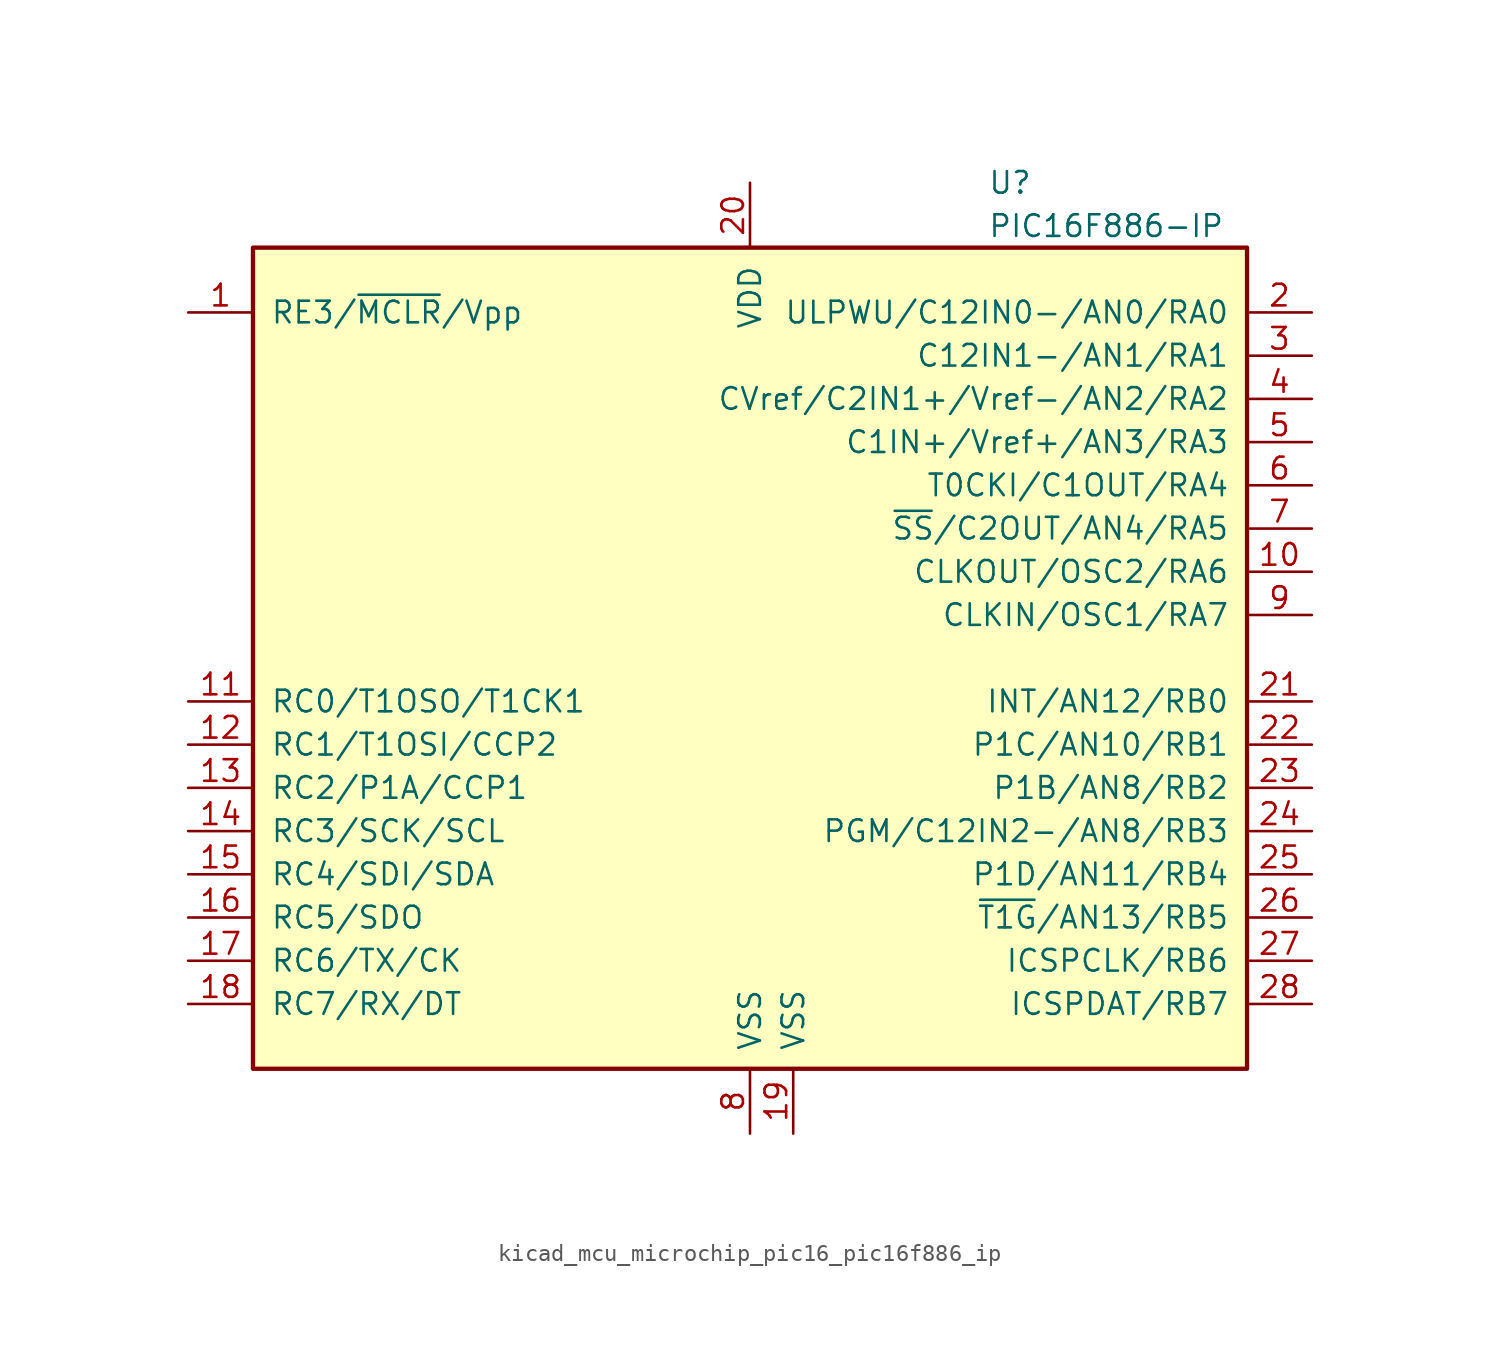
<source format=kicad_sym>
(kicad_symbol_lib
  (version 20220914)
  (generator kicad_symbol_editor)
  (symbol "kicad_mcu_microchip_pic16_pic16f886_ip"
    (pin_names
      (offset 1.016))
    (property "Reference" "U"
      (at 13.97 27.94 0)
      (effects (font (size 1.27 1.27)) (justify left)))
    (property "Value" "PIC16F886-IP"
      (at 13.97 25.4 0)
      (effects (font (size 1.27 1.27)) (justify left)))
    (symbol "kicad_mcu_microchip_pic16_pic16f886_ip_0_1"
      (rectangle (start -29.21 24.13) (end 29.21 -24.13) (stroke (width 0.254) (type default)) (fill (type background))))
    (symbol "kicad_mcu_microchip_pic16_pic16f886_ip_1_1"
      (pin bidirectional line (at -33.02 20.32 0) (length 3.81) (name "RE3/~{MCLR}/Vpp" (effects (font (size 1.27 1.27)))) (number "1" (effects (font (size 1.27 1.27)))))
      (pin bidirectional line (at 33.02 5.08 180) (length 3.81) (name "CLKOUT/OSC2/RA6" (effects (font (size 1.27 1.27)))) (number "10" (effects (font (size 1.27 1.27)))))
      (pin bidirectional line (at -33.02 -2.54 0) (length 3.81) (name "RC0/T1OSO/T1CK1" (effects (font (size 1.27 1.27)))) (number "11" (effects (font (size 1.27 1.27)))))
      (pin bidirectional line (at -33.02 -5.08 0) (length 3.81) (name "RC1/T1OSI/CCP2" (effects (font (size 1.27 1.27)))) (number "12" (effects (font (size 1.27 1.27)))))
      (pin bidirectional line (at -33.02 -7.62 0) (length 3.81) (name "RC2/P1A/CCP1" (effects (font (size 1.27 1.27)))) (number "13" (effects (font (size 1.27 1.27)))))
      (pin bidirectional line (at -33.02 -10.16 0) (length 3.81) (name "RC3/SCK/SCL" (effects (font (size 1.27 1.27)))) (number "14" (effects (font (size 1.27 1.27)))))
      (pin bidirectional line (at -33.02 -12.7 0) (length 3.81) (name "RC4/SDI/SDA" (effects (font (size 1.27 1.27)))) (number "15" (effects (font (size 1.27 1.27)))))
      (pin bidirectional line (at -33.02 -15.24 0) (length 3.81) (name "RC5/SDO" (effects (font (size 1.27 1.27)))) (number "16" (effects (font (size 1.27 1.27)))))
      (pin bidirectional line (at -33.02 -17.78 0) (length 3.81) (name "RC6/TX/CK" (effects (font (size 1.27 1.27)))) (number "17" (effects (font (size 1.27 1.27)))))
      (pin bidirectional line (at -33.02 -20.32 0) (length 3.81) (name "RC7/RX/DT" (effects (font (size 1.27 1.27)))) (number "18" (effects (font (size 1.27 1.27)))))
      (pin power_in line (at 2.54 -27.94 90) (length 3.81) (name "VSS" (effects (font (size 1.27 1.27)))) (number "19" (effects (font (size 1.27 1.27)))))
      (pin bidirectional line (at 33.02 20.32 180) (length 3.81) (name "ULPWU/C12IN0-/AN0/RA0" (effects (font (size 1.27 1.27)))) (number "2" (effects (font (size 1.27 1.27)))))
      (pin power_in line (at 0 27.94 270) (length 3.81) (name "VDD" (effects (font (size 1.27 1.27)))) (number "20" (effects (font (size 1.27 1.27)))))
      (pin bidirectional line (at 33.02 -2.54 180) (length 3.81) (name "INT/AN12/RB0" (effects (font (size 1.27 1.27)))) (number "21" (effects (font (size 1.27 1.27)))))
      (pin bidirectional line (at 33.02 -5.08 180) (length 3.81) (name "P1C/AN10/RB1" (effects (font (size 1.27 1.27)))) (number "22" (effects (font (size 1.27 1.27)))))
      (pin bidirectional line (at 33.02 -7.62 180) (length 3.81) (name "P1B/AN8/RB2" (effects (font (size 1.27 1.27)))) (number "23" (effects (font (size 1.27 1.27)))))
      (pin bidirectional line (at 33.02 -10.16 180) (length 3.81) (name "PGM/C12IN2-/AN8/RB3" (effects (font (size 1.27 1.27)))) (number "24" (effects (font (size 1.27 1.27)))))
      (pin bidirectional line (at 33.02 -12.7 180) (length 3.81) (name "P1D/AN11/RB4" (effects (font (size 1.27 1.27)))) (number "25" (effects (font (size 1.27 1.27)))))
      (pin bidirectional line (at 33.02 -15.24 180) (length 3.81) (name "~{T1G}/AN13/RB5" (effects (font (size 1.27 1.27)))) (number "26" (effects (font (size 1.27 1.27)))))
      (pin bidirectional line (at 33.02 -17.78 180) (length 3.81) (name "ICSPCLK/RB6" (effects (font (size 1.27 1.27)))) (number "27" (effects (font (size 1.27 1.27)))))
      (pin bidirectional line (at 33.02 -20.32 180) (length 3.81) (name "ICSPDAT/RB7" (effects (font (size 1.27 1.27)))) (number "28" (effects (font (size 1.27 1.27)))))
      (pin bidirectional line (at 33.02 17.78 180) (length 3.81) (name "C12IN1-/AN1/RA1" (effects (font (size 1.27 1.27)))) (number "3" (effects (font (size 1.27 1.27)))))
      (pin bidirectional line (at 33.02 15.24 180) (length 3.81) (name "CVref/C2IN1+/Vref-/AN2/RA2" (effects (font (size 1.27 1.27)))) (number "4" (effects (font (size 1.27 1.27)))))
      (pin bidirectional line (at 33.02 12.7 180) (length 3.81) (name "C1IN+/Vref+/AN3/RA3" (effects (font (size 1.27 1.27)))) (number "5" (effects (font (size 1.27 1.27)))))
      (pin bidirectional line (at 33.02 10.16 180) (length 3.81) (name "T0CKI/C1OUT/RA4" (effects (font (size 1.27 1.27)))) (number "6" (effects (font (size 1.27 1.27)))))
      (pin bidirectional line (at 33.02 7.62 180) (length 3.81) (name "~{SS}/C2OUT/AN4/RA5" (effects (font (size 1.27 1.27)))) (number "7" (effects (font (size 1.27 1.27)))))
      (pin power_in line (at 0 -27.94 90) (length 3.81) (name "VSS" (effects (font (size 1.27 1.27)))) (number "8" (effects (font (size 1.27 1.27)))))
      (pin input line (at 33.02 2.54 180) (length 3.81) (name "CLKIN/OSC1/RA7" (effects (font (size 1.27 1.27)))) (number "9" (effects (font (size 1.27 1.27))))))))
</source>
